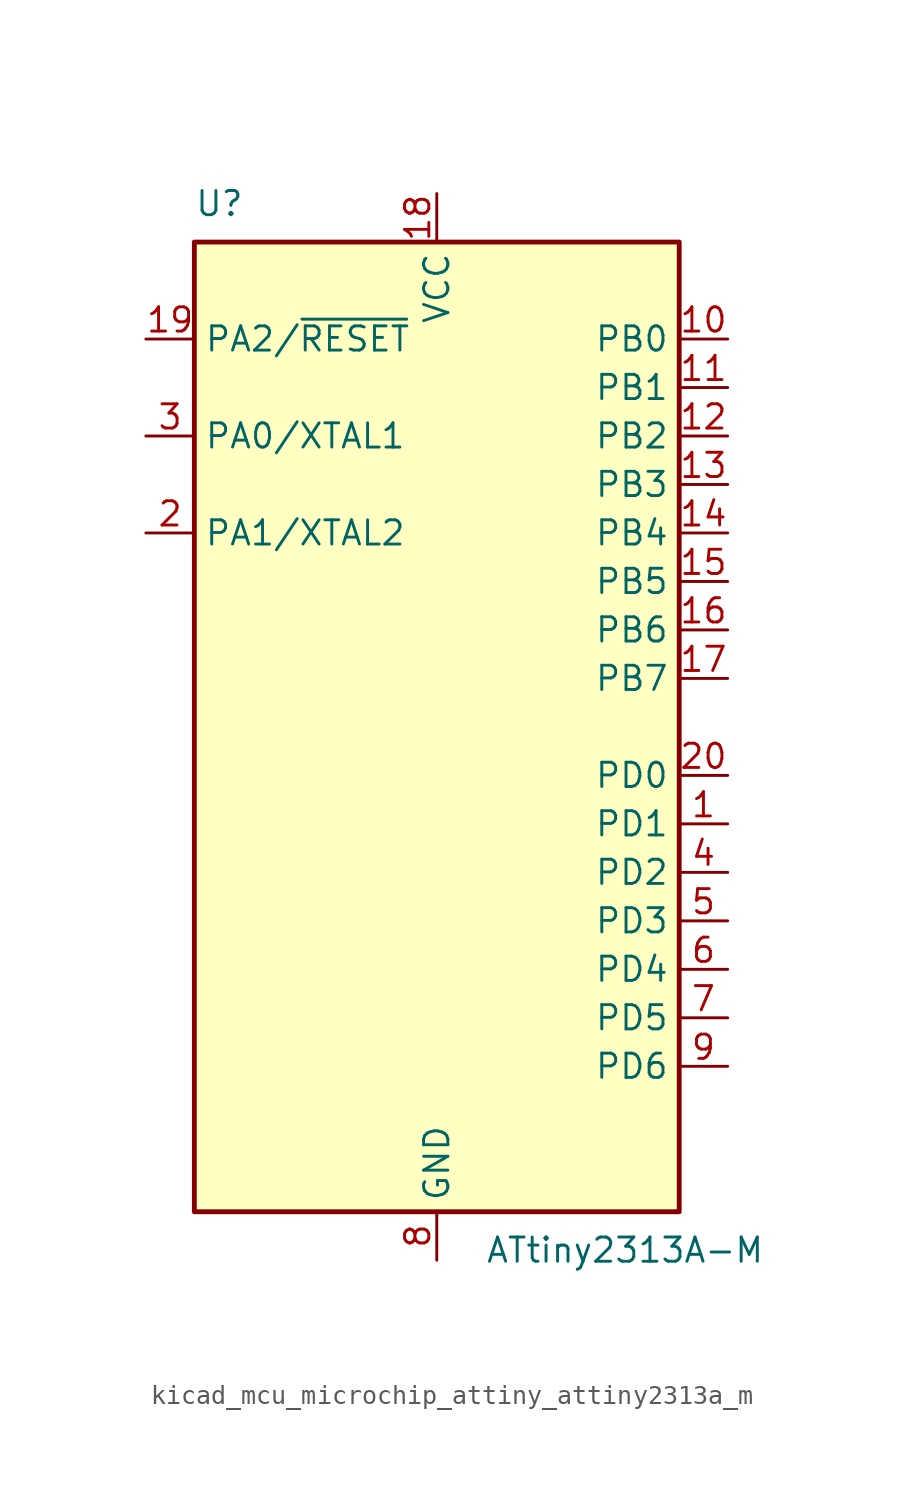
<source format=kicad_sym>
(kicad_symbol_lib
  (version 20220914)
  (generator kicad_symbol_editor)
  (symbol "kicad_mcu_microchip_attiny_attiny2313a_m"
    (property "Reference" "U"
      (at -12.7 26.67 0)
      (effects (font (size 1.27 1.27)) (justify left bottom)))
    (property "Value" "ATtiny2313A-M"
      (at 2.54 -26.67 0)
      (effects (font (size 1.27 1.27)) (justify left top)))
    (symbol "kicad_mcu_microchip_attiny_attiny2313a_m_0_1"
      (rectangle (start -12.7 -25.4) (end 12.7 25.4) (stroke (width 0.254) (type default)) (fill (type background))))
    (symbol "kicad_mcu_microchip_attiny_attiny2313a_m_1_1"
      (pin bidirectional line (at 15.24 -5.08 180) (length 2.54) (name "PD1" (effects (font (size 1.27 1.27)))) (number "1" (effects (font (size 1.27 1.27)))))
      (pin bidirectional line (at 15.24 20.32 180) (length 2.54) (name "PB0" (effects (font (size 1.27 1.27)))) (number "10" (effects (font (size 1.27 1.27)))))
      (pin bidirectional line (at 15.24 17.78 180) (length 2.54) (name "PB1" (effects (font (size 1.27 1.27)))) (number "11" (effects (font (size 1.27 1.27)))))
      (pin bidirectional line (at 15.24 15.24 180) (length 2.54) (name "PB2" (effects (font (size 1.27 1.27)))) (number "12" (effects (font (size 1.27 1.27)))))
      (pin bidirectional line (at 15.24 12.7 180) (length 2.54) (name "PB3" (effects (font (size 1.27 1.27)))) (number "13" (effects (font (size 1.27 1.27)))))
      (pin bidirectional line (at 15.24 10.16 180) (length 2.54) (name "PB4" (effects (font (size 1.27 1.27)))) (number "14" (effects (font (size 1.27 1.27)))))
      (pin bidirectional line (at 15.24 7.62 180) (length 2.54) (name "PB5" (effects (font (size 1.27 1.27)))) (number "15" (effects (font (size 1.27 1.27)))))
      (pin bidirectional line (at 15.24 5.08 180) (length 2.54) (name "PB6" (effects (font (size 1.27 1.27)))) (number "16" (effects (font (size 1.27 1.27)))))
      (pin bidirectional line (at 15.24 2.54 180) (length 2.54) (name "PB7" (effects (font (size 1.27 1.27)))) (number "17" (effects (font (size 1.27 1.27)))))
      (pin power_in line (at 0 27.94 270) (length 2.54) (name "VCC" (effects (font (size 1.27 1.27)))) (number "18" (effects (font (size 1.27 1.27)))))
      (pin bidirectional line (at -15.24 20.32 0) (length 2.54) (name "PA2/~{RESET}" (effects (font (size 1.27 1.27)))) (number "19" (effects (font (size 1.27 1.27)))))
      (pin bidirectional line (at -15.24 10.16 0) (length 2.54) (name "PA1/XTAL2" (effects (font (size 1.27 1.27)))) (number "2" (effects (font (size 1.27 1.27)))))
      (pin bidirectional line (at 15.24 -2.54 180) (length 2.54) (name "PD0" (effects (font (size 1.27 1.27)))) (number "20" (effects (font (size 1.27 1.27)))))
      (pin passive line (at 0 -27.94 90) (length 2.54) hide (name "GND" (effects (font (size 1.27 1.27)))) (number "21" (effects (font (size 1.27 1.27)))))
      (pin bidirectional line (at -15.24 15.24 0) (length 2.54) (name "PA0/XTAL1" (effects (font (size 1.27 1.27)))) (number "3" (effects (font (size 1.27 1.27)))))
      (pin bidirectional line (at 15.24 -7.62 180) (length 2.54) (name "PD2" (effects (font (size 1.27 1.27)))) (number "4" (effects (font (size 1.27 1.27)))))
      (pin bidirectional line (at 15.24 -10.16 180) (length 2.54) (name "PD3" (effects (font (size 1.27 1.27)))) (number "5" (effects (font (size 1.27 1.27)))))
      (pin bidirectional line (at 15.24 -12.7 180) (length 2.54) (name "PD4" (effects (font (size 1.27 1.27)))) (number "6" (effects (font (size 1.27 1.27)))))
      (pin bidirectional line (at 15.24 -15.24 180) (length 2.54) (name "PD5" (effects (font (size 1.27 1.27)))) (number "7" (effects (font (size 1.27 1.27)))))
      (pin power_in line (at 0 -27.94 90) (length 2.54) (name "GND" (effects (font (size 1.27 1.27)))) (number "8" (effects (font (size 1.27 1.27)))))
      (pin bidirectional line (at 15.24 -17.78 180) (length 2.54) (name "PD6" (effects (font (size 1.27 1.27)))) (number "9" (effects (font (size 1.27 1.27))))))))
</source>
